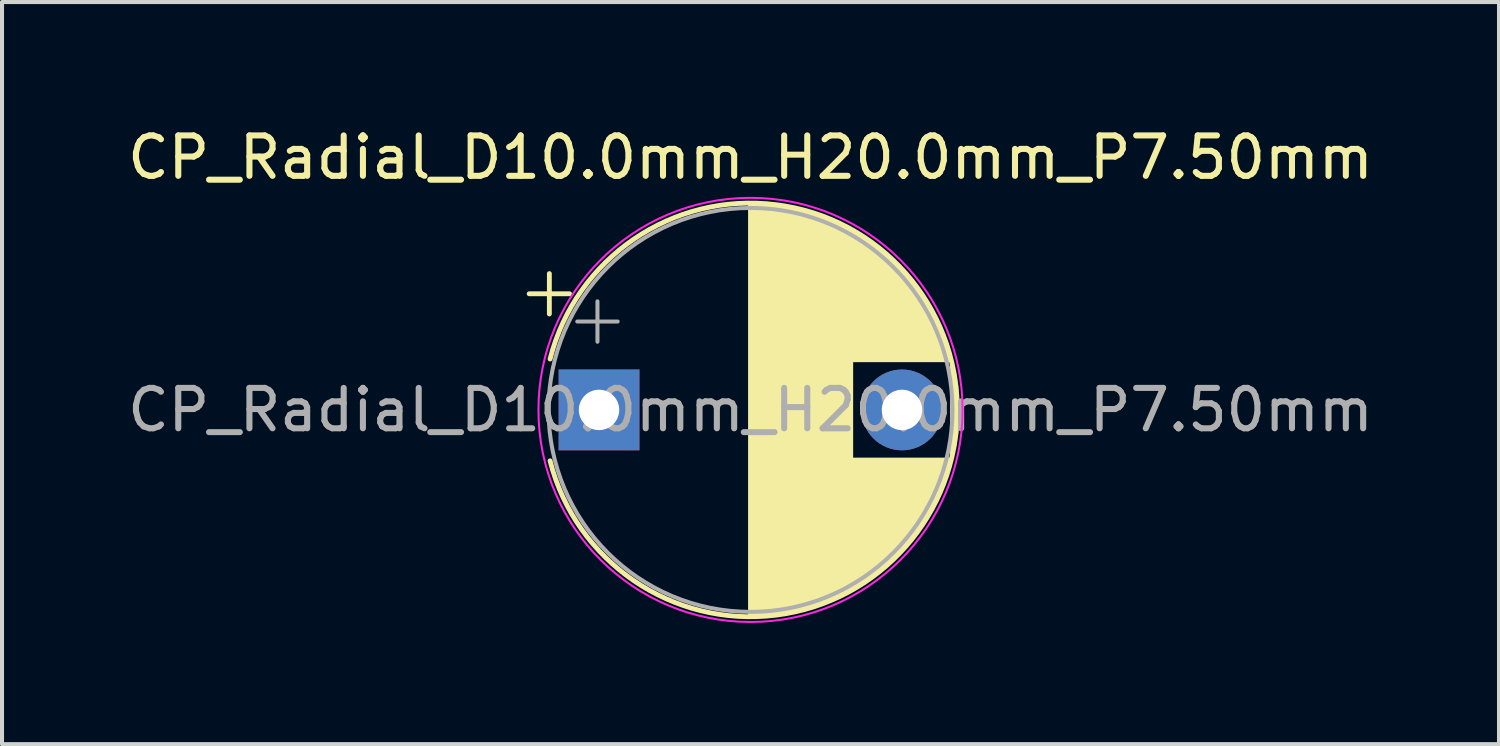
<source format=kicad_pcb>
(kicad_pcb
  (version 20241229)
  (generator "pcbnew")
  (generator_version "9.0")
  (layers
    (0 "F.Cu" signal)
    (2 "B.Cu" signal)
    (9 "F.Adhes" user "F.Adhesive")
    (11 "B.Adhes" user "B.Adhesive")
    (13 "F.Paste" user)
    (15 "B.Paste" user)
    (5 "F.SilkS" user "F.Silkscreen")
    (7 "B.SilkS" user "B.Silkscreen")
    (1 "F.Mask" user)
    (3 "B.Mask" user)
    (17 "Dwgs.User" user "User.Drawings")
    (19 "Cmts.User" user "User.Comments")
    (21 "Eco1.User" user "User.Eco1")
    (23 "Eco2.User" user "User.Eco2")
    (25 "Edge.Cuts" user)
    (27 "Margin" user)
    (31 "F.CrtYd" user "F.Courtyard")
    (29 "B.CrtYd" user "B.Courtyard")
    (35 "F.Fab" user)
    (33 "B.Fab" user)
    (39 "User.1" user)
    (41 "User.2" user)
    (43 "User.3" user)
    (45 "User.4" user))
  (footprint "CP_Radial_D10.0mm_H20.0mm_P7.50mm"
    (layer "F.Cu")
    (at 11.78 7.098)
    (property "Reference" "CP_Radial_D10.0mm_H20.0mm_P7.50mm" (at 3.75 -6.25 0) (layer "F.SilkS") (effects (font (size 1 1) (thickness 0.15))))
    (attr through_hole)
    (fp_line (start -1.73 -2.875) (end -0.73 -2.875) (stroke (width 0.12) (type solid)) (layer "F.SilkS"))
    (fp_line (start -1.23 -3.375) (end -1.23 -2.375) (stroke (width 0.12) (type solid)) (layer "F.SilkS"))
    (fp_line (start 3.75 -5.08) (end 3.75 5.08) (stroke (width 0.12) (type solid)) (layer "F.SilkS"))
    (fp_line (start 3.79 -5.08) (end 3.79 5.08) (stroke (width 0.12) (type solid)) (layer "F.SilkS"))
    (fp_line (start 3.83 -5.08) (end 3.83 5.08) (stroke (width 0.12) (type solid)) (layer "F.SilkS"))
    (fp_line (start 3.87 -5.079) (end 3.87 5.079) (stroke (width 0.12) (type solid)) (layer "F.SilkS"))
    (fp_line (start 3.91 -5.078) (end 3.91 5.078) (stroke (width 0.12) (type solid)) (layer "F.SilkS"))
    (fp_line (start 3.95 -5.077) (end 3.95 5.077) (stroke (width 0.12) (type solid)) (layer "F.SilkS"))
    (fp_line (start 3.99 -5.075) (end 3.99 5.075) (stroke (width 0.12) (type solid)) (layer "F.SilkS"))
    (fp_line (start 4.03 -5.073) (end 4.03 5.073) (stroke (width 0.12) (type solid)) (layer "F.SilkS"))
    (fp_line (start 4.07 -5.07) (end 4.07 5.07) (stroke (width 0.12) (type solid)) (layer "F.SilkS"))
    (fp_line (start 4.11 -5.068) (end 4.11 5.068) (stroke (width 0.12) (type solid)) (layer "F.SilkS"))
    (fp_line (start 4.15 -5.065) (end 4.15 5.065) (stroke (width 0.12) (type solid)) (layer "F.SilkS"))
    (fp_line (start 4.19 -5.062) (end 4.19 5.062) (stroke (width 0.12) (type solid)) (layer "F.SilkS"))
    (fp_line (start 4.23 -5.058) (end 4.23 5.058) (stroke (width 0.12) (type solid)) (layer "F.SilkS"))
    (fp_line (start 4.27 -5.054) (end 4.27 5.054) (stroke (width 0.12) (type solid)) (layer "F.SilkS"))
    (fp_line (start 4.31 -5.05) (end 4.31 5.05) (stroke (width 0.12) (type solid)) (layer "F.SilkS"))
    (fp_line (start 4.35 -5.045) (end 4.35 5.045) (stroke (width 0.12) (type solid)) (layer "F.SilkS"))
    (fp_line (start 4.39 -5.04) (end 4.39 5.04) (stroke (width 0.12) (type solid)) (layer "F.SilkS"))
    (fp_line (start 4.43 -5.035) (end 4.43 5.035) (stroke (width 0.12) (type solid)) (layer "F.SilkS"))
    (fp_line (start 4.471 -5.03) (end 4.471 5.03) (stroke (width 0.12) (type solid)) (layer "F.SilkS"))
    (fp_line (start 4.511 -5.024) (end 4.511 5.024) (stroke (width 0.12) (type solid)) (layer "F.SilkS"))
    (fp_line (start 4.551 -5.018) (end 4.551 5.018) (stroke (width 0.12) (type solid)) (layer "F.SilkS"))
    (fp_line (start 4.591 -5.011) (end 4.591 5.011) (stroke (width 0.12) (type solid)) (layer "F.SilkS"))
    (fp_line (start 4.631 -5.004) (end 4.631 5.004) (stroke (width 0.12) (type solid)) (layer "F.SilkS"))
    (fp_line (start 4.671 -4.997) (end 4.671 4.997) (stroke (width 0.12) (type solid)) (layer "F.SilkS"))
    (fp_line (start 4.711 -4.99) (end 4.711 4.99) (stroke (width 0.12) (type solid)) (layer "F.SilkS"))
    (fp_line (start 4.751 -4.982) (end 4.751 4.982) (stroke (width 0.12) (type solid)) (layer "F.SilkS"))
    (fp_line (start 4.791 -4.974) (end 4.791 4.974) (stroke (width 0.12) (type solid)) (layer "F.SilkS"))
    (fp_line (start 4.831 -4.965) (end 4.831 4.965) (stroke (width 0.12) (type solid)) (layer "F.SilkS"))
    (fp_line (start 4.871 -4.956) (end 4.871 4.956) (stroke (width 0.12) (type solid)) (layer "F.SilkS"))
    (fp_line (start 4.911 -4.947) (end 4.911 4.947) (stroke (width 0.12) (type solid)) (layer "F.SilkS"))
    (fp_line (start 4.951 -4.938) (end 4.951 4.938) (stroke (width 0.12) (type solid)) (layer "F.SilkS"))
    (fp_line (start 4.991 -4.928) (end 4.991 4.928) (stroke (width 0.12) (type solid)) (layer "F.SilkS"))
    (fp_line (start 5.031 -4.918) (end 5.031 4.918) (stroke (width 0.12) (type solid)) (layer "F.SilkS"))
    (fp_line (start 5.071 -4.907) (end 5.071 4.907) (stroke (width 0.12) (type solid)) (layer "F.SilkS"))
    (fp_line (start 5.111 -4.897) (end 5.111 4.897) (stroke (width 0.12) (type solid)) (layer "F.SilkS"))
    (fp_line (start 5.151 -4.885) (end 5.151 4.885) (stroke (width 0.12) (type solid)) (layer "F.SilkS"))
    (fp_line (start 5.191 -4.874) (end 5.191 4.874) (stroke (width 0.12) (type solid)) (layer "F.SilkS"))
    (fp_line (start 5.231 -4.862) (end 5.231 4.862) (stroke (width 0.12) (type solid)) (layer "F.SilkS"))
    (fp_line (start 5.271 -4.85) (end 5.271 4.85) (stroke (width 0.12) (type solid)) (layer "F.SilkS"))
    (fp_line (start 5.311 -4.837) (end 5.311 4.837) (stroke (width 0.12) (type solid)) (layer "F.SilkS"))
    (fp_line (start 5.351 -4.824) (end 5.351 4.824) (stroke (width 0.12) (type solid)) (layer "F.SilkS"))
    (fp_line (start 5.391 -4.811) (end 5.391 4.811) (stroke (width 0.12) (type solid)) (layer "F.SilkS"))
    (fp_line (start 5.431 -4.797) (end 5.431 4.797) (stroke (width 0.12) (type solid)) (layer "F.SilkS"))
    (fp_line (start 5.471 -4.783) (end 5.471 4.783) (stroke (width 0.12) (type solid)) (layer "F.SilkS"))
    (fp_line (start 5.511 -4.768) (end 5.511 4.768) (stroke (width 0.12) (type solid)) (layer "F.SilkS"))
    (fp_line (start 5.551 -4.754) (end 5.551 4.754) (stroke (width 0.12) (type solid)) (layer "F.SilkS"))
    (fp_line (start 5.591 -4.738) (end 5.591 4.738) (stroke (width 0.12) (type solid)) (layer "F.SilkS"))
    (fp_line (start 5.631 -4.723) (end 5.631 4.723) (stroke (width 0.12) (type solid)) (layer "F.SilkS"))
    (fp_line (start 5.671 -4.707) (end 5.671 4.707) (stroke (width 0.12) (type solid)) (layer "F.SilkS"))
    (fp_line (start 5.711 -4.69) (end 5.711 4.69) (stroke (width 0.12) (type solid)) (layer "F.SilkS"))
    (fp_line (start 5.751 -4.674) (end 5.751 4.674) (stroke (width 0.12) (type solid)) (layer "F.SilkS"))
    (fp_line (start 5.791 -4.657) (end 5.791 4.657) (stroke (width 0.12) (type solid)) (layer "F.SilkS"))
    (fp_line (start 5.831 -4.639) (end 5.831 4.639) (stroke (width 0.12) (type solid)) (layer "F.SilkS"))
    (fp_line (start 5.871 -4.621) (end 5.871 4.621) (stroke (width 0.12) (type solid)) (layer "F.SilkS"))
    (fp_line (start 5.911 -4.603) (end 5.911 4.603) (stroke (width 0.12) (type solid)) (layer "F.SilkS"))
    (fp_line (start 5.951 -4.584) (end 5.951 4.584) (stroke (width 0.12) (type solid)) (layer "F.SilkS"))
    (fp_line (start 5.991 -4.564) (end 5.991 4.564) (stroke (width 0.12) (type solid)) (layer "F.SilkS"))
    (fp_line (start 6.031 -4.545) (end 6.031 4.545) (stroke (width 0.12) (type solid)) (layer "F.SilkS"))
    (fp_line (start 6.071 -4.525) (end 6.071 4.525) (stroke (width 0.12) (type solid)) (layer "F.SilkS"))
    (fp_line (start 6.111 -4.504) (end 6.111 4.504) (stroke (width 0.12) (type solid)) (layer "F.SilkS"))
    (fp_line (start 6.151 -4.483) (end 6.151 4.483) (stroke (width 0.12) (type solid)) (layer "F.SilkS"))
    (fp_line (start 6.191 -4.462) (end 6.191 4.462) (stroke (width 0.12) (type solid)) (layer "F.SilkS"))
    (fp_line (start 6.231 -4.44) (end 6.231 4.44) (stroke (width 0.12) (type solid)) (layer "F.SilkS"))
    (fp_line (start 6.271 -4.417) (end 6.271 -1.241) (stroke (width 0.12) (type solid)) (layer "F.SilkS"))
    (fp_line (start 6.271 1.241) (end 6.271 4.417) (stroke (width 0.12) (type solid)) (layer "F.SilkS"))
    (fp_line (start 6.311 -4.395) (end 6.311 -1.241) (stroke (width 0.12) (type solid)) (layer "F.SilkS"))
    (fp_line (start 6.311 1.241) (end 6.311 4.395) (stroke (width 0.12) (type solid)) (layer "F.SilkS"))
    (fp_line (start 6.351 -4.371) (end 6.351 -1.241) (stroke (width 0.12) (type solid)) (layer "F.SilkS"))
    (fp_line (start 6.351 1.241) (end 6.351 4.371) (stroke (width 0.12) (type solid)) (layer "F.SilkS"))
    (fp_line (start 6.391 -4.347) (end 6.391 -1.241) (stroke (width 0.12) (type solid)) (layer "F.SilkS"))
    (fp_line (start 6.391 1.241) (end 6.391 4.347) (stroke (width 0.12) (type solid)) (layer "F.SilkS"))
    (fp_line (start 6.431 -4.323) (end 6.431 -1.241) (stroke (width 0.12) (type solid)) (layer "F.SilkS"))
    (fp_line (start 6.431 1.241) (end 6.431 4.323) (stroke (width 0.12) (type solid)) (layer "F.SilkS"))
    (fp_line (start 6.471 -4.298) (end 6.471 -1.241) (stroke (width 0.12) (type solid)) (layer "F.SilkS"))
    (fp_line (start 6.471 1.241) (end 6.471 4.298) (stroke (width 0.12) (type solid)) (layer "F.SilkS"))
    (fp_line (start 6.511 -4.273) (end 6.511 -1.241) (stroke (width 0.12) (type solid)) (layer "F.SilkS"))
    (fp_line (start 6.511 1.241) (end 6.511 4.273) (stroke (width 0.12) (type solid)) (layer "F.SilkS"))
    (fp_line (start 6.551 -4.247) (end 6.551 -1.241) (stroke (width 0.12) (type solid)) (layer "F.SilkS"))
    (fp_line (start 6.551 1.241) (end 6.551 4.247) (stroke (width 0.12) (type solid)) (layer "F.SilkS"))
    (fp_line (start 6.591 -4.221) (end 6.591 -1.241) (stroke (width 0.12) (type solid)) (layer "F.SilkS"))
    (fp_line (start 6.591 1.241) (end 6.591 4.221) (stroke (width 0.12) (type solid)) (layer "F.SilkS"))
    (fp_line (start 6.631 -4.194) (end 6.631 -1.241) (stroke (width 0.12) (type solid)) (layer "F.SilkS"))
    (fp_line (start 6.631 1.241) (end 6.631 4.194) (stroke (width 0.12) (type solid)) (layer "F.SilkS"))
    (fp_line (start 6.671 -4.166) (end 6.671 -1.241) (stroke (width 0.12) (type solid)) (layer "F.SilkS"))
    (fp_line (start 6.671 1.241) (end 6.671 4.166) (stroke (width 0.12) (type solid)) (layer "F.SilkS"))
    (fp_line (start 6.711 -4.138) (end 6.711 -1.241) (stroke (width 0.12) (type solid)) (layer "F.SilkS"))
    (fp_line (start 6.711 1.241) (end 6.711 4.138) (stroke (width 0.12) (type solid)) (layer "F.SilkS"))
    (fp_line (start 6.751 -4.11) (end 6.751 -1.241) (stroke (width 0.12) (type solid)) (layer "F.SilkS"))
    (fp_line (start 6.751 1.241) (end 6.751 4.11) (stroke (width 0.12) (type solid)) (layer "F.SilkS"))
    (fp_line (start 6.791 -4.08) (end 6.791 -1.241) (stroke (width 0.12) (type solid)) (layer "F.SilkS"))
    (fp_line (start 6.791 1.241) (end 6.791 4.08) (stroke (width 0.12) (type solid)) (layer "F.SilkS"))
    (fp_line (start 6.831 -4.05) (end 6.831 -1.241) (stroke (width 0.12) (type solid)) (layer "F.SilkS"))
    (fp_line (start 6.831 1.241) (end 6.831 4.05) (stroke (width 0.12) (type solid)) (layer "F.SilkS"))
    (fp_line (start 6.871 -4.02) (end 6.871 -1.241) (stroke (width 0.12) (type solid)) (layer "F.SilkS"))
    (fp_line (start 6.871 1.241) (end 6.871 4.02) (stroke (width 0.12) (type solid)) (layer "F.SilkS"))
    (fp_line (start 6.911 -3.989) (end 6.911 -1.241) (stroke (width 0.12) (type solid)) (layer "F.SilkS"))
    (fp_line (start 6.911 1.241) (end 6.911 3.989) (stroke (width 0.12) (type solid)) (layer "F.SilkS"))
    (fp_line (start 6.951 -3.957) (end 6.951 -1.241) (stroke (width 0.12) (type solid)) (layer "F.SilkS"))
    (fp_line (start 6.951 1.241) (end 6.951 3.957) (stroke (width 0.12) (type solid)) (layer "F.SilkS"))
    (fp_line (start 6.991 -3.925) (end 6.991 -1.241) (stroke (width 0.12) (type solid)) (layer "F.SilkS"))
    (fp_line (start 6.991 1.241) (end 6.991 3.925) (stroke (width 0.12) (type solid)) (layer "F.SilkS"))
    (fp_line (start 7.031 -3.892) (end 7.031 -1.241) (stroke (width 0.12) (type solid)) (layer "F.SilkS"))
    (fp_line (start 7.031 1.241) (end 7.031 3.892) (stroke (width 0.12) (type solid)) (layer "F.SilkS"))
    (fp_line (start 7.071 -3.858) (end 7.071 -1.241) (stroke (width 0.12) (type solid)) (layer "F.SilkS"))
    (fp_line (start 7.071 1.241) (end 7.071 3.858) (stroke (width 0.12) (type solid)) (layer "F.SilkS"))
    (fp_line (start 7.111 -3.824) (end 7.111 -1.241) (stroke (width 0.12) (type solid)) (layer "F.SilkS"))
    (fp_line (start 7.111 1.241) (end 7.111 3.824) (stroke (width 0.12) (type solid)) (layer "F.SilkS"))
    (fp_line (start 7.151 -3.789) (end 7.151 -1.241) (stroke (width 0.12) (type solid)) (layer "F.SilkS"))
    (fp_line (start 7.151 1.241) (end 7.151 3.789) (stroke (width 0.12) (type solid)) (layer "F.SilkS"))
    (fp_line (start 7.191 -3.753) (end 7.191 -1.241) (stroke (width 0.12) (type solid)) (layer "F.SilkS"))
    (fp_line (start 7.191 1.241) (end 7.191 3.753) (stroke (width 0.12) (type solid)) (layer "F.SilkS"))
    (fp_line (start 7.231 -3.716) (end 7.231 -1.241) (stroke (width 0.12) (type solid)) (layer "F.SilkS"))
    (fp_line (start 7.231 1.241) (end 7.231 3.716) (stroke (width 0.12) (type solid)) (layer "F.SilkS"))
    (fp_line (start 7.271 -3.679) (end 7.271 -1.241) (stroke (width 0.12) (type solid)) (layer "F.SilkS"))
    (fp_line (start 7.271 1.241) (end 7.271 3.679) (stroke (width 0.12) (type solid)) (layer "F.SilkS"))
    (fp_line (start 7.311 -3.64) (end 7.311 -1.241) (stroke (width 0.12) (type solid)) (layer "F.SilkS"))
    (fp_line (start 7.311 1.241) (end 7.311 3.64) (stroke (width 0.12) (type solid)) (layer "F.SilkS"))
    (fp_line (start 7.351 -3.601) (end 7.351 -1.241) (stroke (width 0.12) (type solid)) (layer "F.SilkS"))
    (fp_line (start 7.351 1.241) (end 7.351 3.601) (stroke (width 0.12) (type solid)) (layer "F.SilkS"))
    (fp_line (start 7.391 -3.561) (end 7.391 -1.241) (stroke (width 0.12) (type solid)) (layer "F.SilkS"))
    (fp_line (start 7.391 1.241) (end 7.391 3.561) (stroke (width 0.12) (type solid)) (layer "F.SilkS"))
    (fp_line (start 7.431 -3.52) (end 7.431 -1.241) (stroke (width 0.12) (type solid)) (layer "F.SilkS"))
    (fp_line (start 7.431 1.241) (end 7.431 3.52) (stroke (width 0.12) (type solid)) (layer "F.SilkS"))
    (fp_line (start 7.471 -3.478) (end 7.471 -1.241) (stroke (width 0.12) (type solid)) (layer "F.SilkS"))
    (fp_line (start 7.471 1.241) (end 7.471 3.478) (stroke (width 0.12) (type solid)) (layer "F.SilkS"))
    (fp_line (start 7.511 -3.436) (end 7.511 -1.241) (stroke (width 0.12) (type solid)) (layer "F.SilkS"))
    (fp_line (start 7.511 1.241) (end 7.511 3.436) (stroke (width 0.12) (type solid)) (layer "F.SilkS"))
    (fp_line (start 7.551 -3.392) (end 7.551 -1.241) (stroke (width 0.12) (type solid)) (layer "F.SilkS"))
    (fp_line (start 7.551 1.241) (end 7.551 3.392) (stroke (width 0.12) (type solid)) (layer "F.SilkS"))
    (fp_line (start 7.591 -3.347) (end 7.591 -1.241) (stroke (width 0.12) (type solid)) (layer "F.SilkS"))
    (fp_line (start 7.591 1.241) (end 7.591 3.347) (stroke (width 0.12) (type solid)) (layer "F.SilkS"))
    (fp_line (start 7.631 -3.301) (end 7.631 -1.241) (stroke (width 0.12) (type solid)) (layer "F.SilkS"))
    (fp_line (start 7.631 1.241) (end 7.631 3.301) (stroke (width 0.12) (type solid)) (layer "F.SilkS"))
    (fp_line (start 7.671 -3.254) (end 7.671 -1.241) (stroke (width 0.12) (type solid)) (layer "F.SilkS"))
    (fp_line (start 7.671 1.241) (end 7.671 3.254) (stroke (width 0.12) (type solid)) (layer "F.SilkS"))
    (fp_line (start 7.711 -3.206) (end 7.711 -1.241) (stroke (width 0.12) (type solid)) (layer "F.SilkS"))
    (fp_line (start 7.711 1.241) (end 7.711 3.206) (stroke (width 0.12) (type solid)) (layer "F.SilkS"))
    (fp_line (start 7.751 -3.156) (end 7.751 -1.241) (stroke (width 0.12) (type solid)) (layer "F.SilkS"))
    (fp_line (start 7.751 1.241) (end 7.751 3.156) (stroke (width 0.12) (type solid)) (layer "F.SilkS"))
    (fp_line (start 7.791 -3.106) (end 7.791 -1.241) (stroke (width 0.12) (type solid)) (layer "F.SilkS"))
    (fp_line (start 7.791 1.241) (end 7.791 3.106) (stroke (width 0.12) (type solid)) (layer "F.SilkS"))
    (fp_line (start 7.831 -3.054) (end 7.831 -1.241) (stroke (width 0.12) (type solid)) (layer "F.SilkS"))
    (fp_line (start 7.831 1.241) (end 7.831 3.054) (stroke (width 0.12) (type solid)) (layer "F.SilkS"))
    (fp_line (start 7.871 -3) (end 7.871 -1.241) (stroke (width 0.12) (type solid)) (layer "F.SilkS"))
    (fp_line (start 7.871 1.241) (end 7.871 3) (stroke (width 0.12) (type solid)) (layer "F.SilkS"))
    (fp_line (start 7.911 -2.945) (end 7.911 -1.241) (stroke (width 0.12) (type solid)) (layer "F.SilkS"))
    (fp_line (start 7.911 1.241) (end 7.911 2.945) (stroke (width 0.12) (type solid)) (layer "F.SilkS"))
    (fp_line (start 7.951 -2.889) (end 7.951 -1.241) (stroke (width 0.12) (type solid)) (layer "F.SilkS"))
    (fp_line (start 7.951 1.241) (end 7.951 2.889) (stroke (width 0.12) (type solid)) (layer "F.SilkS"))
    (fp_line (start 7.991 -2.83) (end 7.991 -1.241) (stroke (width 0.12) (type solid)) (layer "F.SilkS"))
    (fp_line (start 7.991 1.241) (end 7.991 2.83) (stroke (width 0.12) (type solid)) (layer "F.SilkS"))
    (fp_line (start 8.031 -2.77) (end 8.031 -1.241) (stroke (width 0.12) (type solid)) (layer "F.SilkS"))
    (fp_line (start 8.031 1.241) (end 8.031 2.77) (stroke (width 0.12) (type solid)) (layer "F.SilkS"))
    (fp_line (start 8.071 -2.709) (end 8.071 -1.241) (stroke (width 0.12) (type solid)) (layer "F.SilkS"))
    (fp_line (start 8.071 1.241) (end 8.071 2.709) (stroke (width 0.12) (type solid)) (layer "F.SilkS"))
    (fp_line (start 8.111 -2.645) (end 8.111 -1.241) (stroke (width 0.12) (type solid)) (layer "F.SilkS"))
    (fp_line (start 8.111 1.241) (end 8.111 2.645) (stroke (width 0.12) (type solid)) (layer "F.SilkS"))
    (fp_line (start 8.151 -2.579) (end 8.151 -1.241) (stroke (width 0.12) (type solid)) (layer "F.SilkS"))
    (fp_line (start 8.151 1.241) (end 8.151 2.579) (stroke (width 0.12) (type solid)) (layer "F.SilkS"))
    (fp_line (start 8.191 -2.51) (end 8.191 -1.241) (stroke (width 0.12) (type solid)) (layer "F.SilkS"))
    (fp_line (start 8.191 1.241) (end 8.191 2.51) (stroke (width 0.12) (type solid)) (layer "F.SilkS"))
    (fp_line (start 8.231 -2.439) (end 8.231 -1.241) (stroke (width 0.12) (type solid)) (layer "F.SilkS"))
    (fp_line (start 8.231 1.241) (end 8.231 2.439) (stroke (width 0.12) (type solid)) (layer "F.SilkS"))
    (fp_line (start 8.271 -2.365) (end 8.271 -1.241) (stroke (width 0.12) (type solid)) (layer "F.SilkS"))
    (fp_line (start 8.271 1.241) (end 8.271 2.365) (stroke (width 0.12) (type solid)) (layer "F.SilkS"))
    (fp_line (start 8.311 -2.289) (end 8.311 -1.241) (stroke (width 0.12) (type solid)) (layer "F.SilkS"))
    (fp_line (start 8.311 1.241) (end 8.311 2.289) (stroke (width 0.12) (type solid)) (layer "F.SilkS"))
    (fp_line (start 8.351 -2.209) (end 8.351 -1.241) (stroke (width 0.12) (type solid)) (layer "F.SilkS"))
    (fp_line (start 8.351 1.241) (end 8.351 2.209) (stroke (width 0.12) (type solid)) (layer "F.SilkS"))
    (fp_line (start 8.391 -2.125) (end 8.391 -1.241) (stroke (width 0.12) (type solid)) (layer "F.SilkS"))
    (fp_line (start 8.391 1.241) (end 8.391 2.125) (stroke (width 0.12) (type solid)) (layer "F.SilkS"))
    (fp_line (start 8.431 -2.037) (end 8.431 -1.241) (stroke (width 0.12) (type solid)) (layer "F.SilkS"))
    (fp_line (start 8.431 1.241) (end 8.431 2.037) (stroke (width 0.12) (type solid)) (layer "F.SilkS"))
    (fp_line (start 8.471 -1.944) (end 8.471 -1.241) (stroke (width 0.12) (type solid)) (layer "F.SilkS"))
    (fp_line (start 8.471 1.241) (end 8.471 1.944) (stroke (width 0.12) (type solid)) (layer "F.SilkS"))
    (fp_line (start 8.511 -1.846) (end 8.511 -1.241) (stroke (width 0.12) (type solid)) (layer "F.SilkS"))
    (fp_line (start 8.511 1.241) (end 8.511 1.846) (stroke (width 0.12) (type solid)) (layer "F.SilkS"))
    (fp_line (start 8.551 -1.742) (end 8.551 -1.241) (stroke (width 0.12) (type solid)) (layer "F.SilkS"))
    (fp_line (start 8.551 1.241) (end 8.551 1.742) (stroke (width 0.12) (type solid)) (layer "F.SilkS"))
    (fp_line (start 8.591 -1.63) (end 8.591 -1.241) (stroke (width 0.12) (type solid)) (layer "F.SilkS"))
    (fp_line (start 8.591 1.241) (end 8.591 1.63) (stroke (width 0.12) (type solid)) (layer "F.SilkS"))
    (fp_line (start 8.631 -1.51) (end 8.631 -1.241) (stroke (width 0.12) (type solid)) (layer "F.SilkS"))
    (fp_line (start 8.631 1.241) (end 8.631 1.51) (stroke (width 0.12) (type solid)) (layer "F.SilkS"))
    (fp_line (start 8.671 -1.378) (end 8.671 -1.241) (stroke (width 0.12) (type solid)) (layer "F.SilkS"))
    (fp_line (start 8.671 1.241) (end 8.671 1.378) (stroke (width 0.12) (type solid)) (layer "F.SilkS"))
    (fp_line (start 8.751 -1.062) (end 8.751 1.062) (stroke (width 0.12) (type solid)) (layer "F.SilkS"))
    (fp_line (start 8.791 -0.862) (end 8.791 0.862) (stroke (width 0.12) (type solid)) (layer "F.SilkS"))
    (fp_line (start 8.831 -0.599) (end 8.831 0.599) (stroke (width 0.12) (type solid)) (layer "F.SilkS"))
    (fp_arc (start -1.21254 -1.26) (mid 8.87 0) (end -1.21254 1.26) (stroke (width 0.12) (type solid)) (layer "F.SilkS"))
    (fp_circle (center 3.75 0) (end 9 0) (stroke (width 0.05) (type solid)) (fill no) (layer "F.CrtYd"))
    (fp_line (start -0.539 -2.188) (end 0.461 -2.188) (stroke (width 0.1) (type solid)) (layer "F.Fab"))
    (fp_line (start -0.039 -2.688) (end -0.039 -1.688) (stroke (width 0.1) (type solid)) (layer "F.Fab"))
    (fp_circle (center 3.75 0) (end 8.75 0) (stroke (width 0.1) (type solid)) (fill no) (layer "F.Fab"))
    (fp_text user "${REFERENCE}" (at 3.75 0 0) (layer "F.Fab") (effects (font (size 1 1) (thickness 0.15))))
    (pad "1" thru_hole rect (at 0 0) (size 2 2) (drill 1) (layers "*.Cu" "*.Mask"))
    (pad "2" thru_hole circle (at 7.5 0) (size 2 2) (drill 1) (layers "*.Cu" "*.Mask")))
  (gr_rect
    (start -3 -3)
    (end 34.06 15.373)
    (stroke (width 0.1) (type default))
    (fill no)
    (layer "Edge.Cuts")))
</source>
